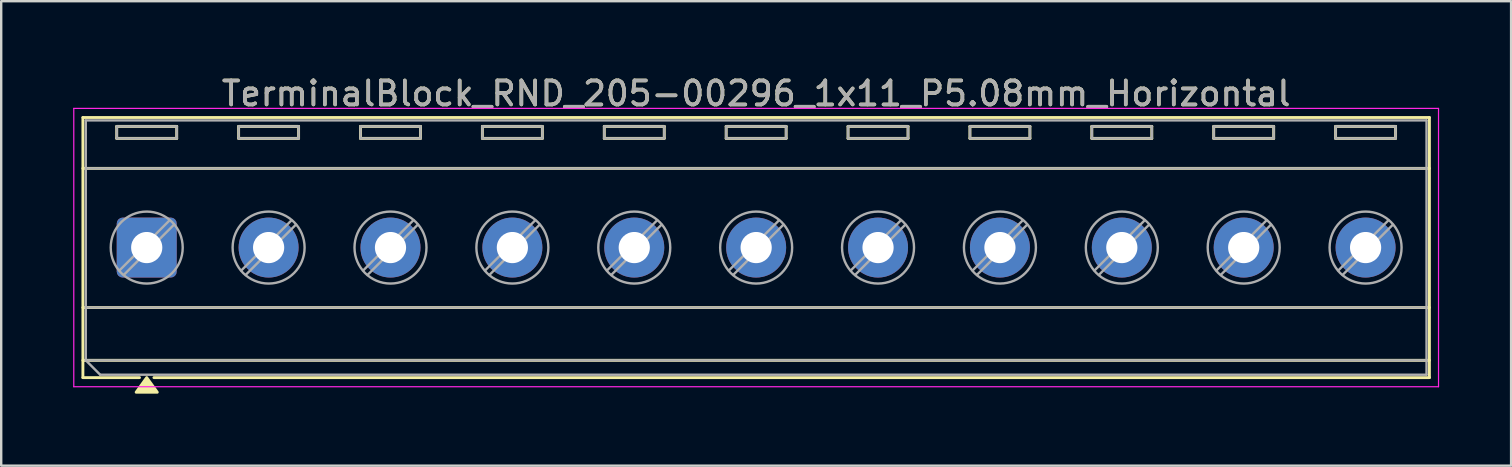
<source format=kicad_pcb>
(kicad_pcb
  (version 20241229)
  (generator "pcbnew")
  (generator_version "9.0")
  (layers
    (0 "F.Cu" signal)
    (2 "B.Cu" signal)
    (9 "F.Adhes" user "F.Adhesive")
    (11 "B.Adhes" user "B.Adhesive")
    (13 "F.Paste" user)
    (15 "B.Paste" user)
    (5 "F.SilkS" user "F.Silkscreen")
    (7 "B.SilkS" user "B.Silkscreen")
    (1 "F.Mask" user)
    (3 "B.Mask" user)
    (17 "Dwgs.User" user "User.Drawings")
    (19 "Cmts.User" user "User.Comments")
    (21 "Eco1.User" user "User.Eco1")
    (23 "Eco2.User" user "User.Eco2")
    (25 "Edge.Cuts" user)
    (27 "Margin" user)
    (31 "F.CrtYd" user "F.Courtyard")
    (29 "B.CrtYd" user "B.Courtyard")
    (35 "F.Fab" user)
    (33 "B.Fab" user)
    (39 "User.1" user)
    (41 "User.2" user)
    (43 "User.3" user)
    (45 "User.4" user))
  (footprint "TerminalBlock_RND_205-00296_1x11_P5.08mm_Horizontal"
    (layer "F.Cu")
    (at 3.065 7.268)
    (property "Reference" "TerminalBlock_RND_205-00296_1x11_P5.08mm_Horizontal" (at 25.4 -6.42 0) (layer "F.SilkS") (effects (font (size 1 1) (thickness 0.15))))
    (attr through_hole)
    (fp_line (start -2.66 -5.42) (end 53.46 -5.42) (stroke (width 0.12) (type solid)) (layer "F.SilkS"))
    (fp_line (start -2.66 -3.3) (end 53.46 -3.3) (stroke (width 0.12) (type solid)) (layer "F.SilkS"))
    (fp_line (start -2.66 2.5) (end 53.46 2.5) (stroke (width 0.12) (type solid)) (layer "F.SilkS"))
    (fp_line (start -2.66 4.7) (end 53.46 4.7) (stroke (width 0.12) (type solid)) (layer "F.SilkS"))
    (fp_line (start -2.66 5.42) (end -2.66 -5.42) (stroke (width 0.12) (type solid)) (layer "F.SilkS"))
    (fp_line (start -1.25 -5.05) (end 1.25 -5.05) (stroke (width 0.12) (type solid)) (layer "F.SilkS"))
    (fp_line (start -1.25 -4.55) (end -1.25 -5.05) (stroke (width 0.12) (type solid)) (layer "F.SilkS"))
    (fp_line (start -0.3 5.42) (end -2.66 5.42) (stroke (width 0.12) (type solid)) (layer "F.SilkS"))
    (fp_line (start 1.25 -5.05) (end 1.25 -4.55) (stroke (width 0.12) (type solid)) (layer "F.SilkS"))
    (fp_line (start 1.25 -4.55) (end -1.25 -4.55) (stroke (width 0.12) (type solid)) (layer "F.SilkS"))
    (fp_line (start 3.83 -5.05) (end 6.33 -5.05) (stroke (width 0.12) (type solid)) (layer "F.SilkS"))
    (fp_line (start 3.83 -4.55) (end 3.83 -5.05) (stroke (width 0.12) (type solid)) (layer "F.SilkS"))
    (fp_line (start 6.33 -5.05) (end 6.33 -4.55) (stroke (width 0.12) (type solid)) (layer "F.SilkS"))
    (fp_line (start 6.33 -4.55) (end 3.83 -4.55) (stroke (width 0.12) (type solid)) (layer "F.SilkS"))
    (fp_line (start 8.91 -5.05) (end 11.41 -5.05) (stroke (width 0.12) (type solid)) (layer "F.SilkS"))
    (fp_line (start 8.91 -4.55) (end 8.91 -5.05) (stroke (width 0.12) (type solid)) (layer "F.SilkS"))
    (fp_line (start 11.41 -5.05) (end 11.41 -4.55) (stroke (width 0.12) (type solid)) (layer "F.SilkS"))
    (fp_line (start 11.41 -4.55) (end 8.91 -4.55) (stroke (width 0.12) (type solid)) (layer "F.SilkS"))
    (fp_line (start 13.99 -5.05) (end 16.49 -5.05) (stroke (width 0.12) (type solid)) (layer "F.SilkS"))
    (fp_line (start 13.99 -4.55) (end 13.99 -5.05) (stroke (width 0.12) (type solid)) (layer "F.SilkS"))
    (fp_line (start 16.49 -5.05) (end 16.49 -4.55) (stroke (width 0.12) (type solid)) (layer "F.SilkS"))
    (fp_line (start 16.49 -4.55) (end 13.99 -4.55) (stroke (width 0.12) (type solid)) (layer "F.SilkS"))
    (fp_line (start 19.07 -5.05) (end 21.57 -5.05) (stroke (width 0.12) (type solid)) (layer "F.SilkS"))
    (fp_line (start 19.07 -4.55) (end 19.07 -5.05) (stroke (width 0.12) (type solid)) (layer "F.SilkS"))
    (fp_line (start 21.57 -5.05) (end 21.57 -4.55) (stroke (width 0.12) (type solid)) (layer "F.SilkS"))
    (fp_line (start 21.57 -4.55) (end 19.07 -4.55) (stroke (width 0.12) (type solid)) (layer "F.SilkS"))
    (fp_line (start 24.15 -5.05) (end 26.65 -5.05) (stroke (width 0.12) (type solid)) (layer "F.SilkS"))
    (fp_line (start 24.15 -4.55) (end 24.15 -5.05) (stroke (width 0.12) (type solid)) (layer "F.SilkS"))
    (fp_line (start 26.65 -5.05) (end 26.65 -4.55) (stroke (width 0.12) (type solid)) (layer "F.SilkS"))
    (fp_line (start 26.65 -4.55) (end 24.15 -4.55) (stroke (width 0.12) (type solid)) (layer "F.SilkS"))
    (fp_line (start 29.23 -5.05) (end 31.73 -5.05) (stroke (width 0.12) (type solid)) (layer "F.SilkS"))
    (fp_line (start 29.23 -4.55) (end 29.23 -5.05) (stroke (width 0.12) (type solid)) (layer "F.SilkS"))
    (fp_line (start 31.73 -5.05) (end 31.73 -4.55) (stroke (width 0.12) (type solid)) (layer "F.SilkS"))
    (fp_line (start 31.73 -4.55) (end 29.23 -4.55) (stroke (width 0.12) (type solid)) (layer "F.SilkS"))
    (fp_line (start 34.31 -5.05) (end 36.81 -5.05) (stroke (width 0.12) (type solid)) (layer "F.SilkS"))
    (fp_line (start 34.31 -4.55) (end 34.31 -5.05) (stroke (width 0.12) (type solid)) (layer "F.SilkS"))
    (fp_line (start 36.81 -5.05) (end 36.81 -4.55) (stroke (width 0.12) (type solid)) (layer "F.SilkS"))
    (fp_line (start 36.81 -4.55) (end 34.31 -4.55) (stroke (width 0.12) (type solid)) (layer "F.SilkS"))
    (fp_line (start 39.39 -5.05) (end 41.89 -5.05) (stroke (width 0.12) (type solid)) (layer "F.SilkS"))
    (fp_line (start 39.39 -4.55) (end 39.39 -5.05) (stroke (width 0.12) (type solid)) (layer "F.SilkS"))
    (fp_line (start 41.89 -5.05) (end 41.89 -4.55) (stroke (width 0.12) (type solid)) (layer "F.SilkS"))
    (fp_line (start 41.89 -4.55) (end 39.39 -4.55) (stroke (width 0.12) (type solid)) (layer "F.SilkS"))
    (fp_line (start 44.47 -5.05) (end 46.97 -5.05) (stroke (width 0.12) (type solid)) (layer "F.SilkS"))
    (fp_line (start 44.47 -4.55) (end 44.47 -5.05) (stroke (width 0.12) (type solid)) (layer "F.SilkS"))
    (fp_line (start 46.97 -5.05) (end 46.97 -4.55) (stroke (width 0.12) (type solid)) (layer "F.SilkS"))
    (fp_line (start 46.97 -4.55) (end 44.47 -4.55) (stroke (width 0.12) (type solid)) (layer "F.SilkS"))
    (fp_line (start 49.55 -5.05) (end 52.05 -5.05) (stroke (width 0.12) (type solid)) (layer "F.SilkS"))
    (fp_line (start 49.55 -4.55) (end 49.55 -5.05) (stroke (width 0.12) (type solid)) (layer "F.SilkS"))
    (fp_line (start 52.05 -5.05) (end 52.05 -4.55) (stroke (width 0.12) (type solid)) (layer "F.SilkS"))
    (fp_line (start 52.05 -4.55) (end 49.55 -4.55) (stroke (width 0.12) (type solid)) (layer "F.SilkS"))
    (fp_line (start 53.46 -5.42) (end 53.46 5.42) (stroke (width 0.12) (type solid)) (layer "F.SilkS"))
    (fp_line (start 53.46 5.42) (end 0.3 5.42) (stroke (width 0.12) (type solid)) (layer "F.SilkS"))
    (fp_poly (pts (xy 0 5.42) (xy 0.44 6.03) (xy -0.44 6.03)) (stroke (width 0.12) (type solid)) (fill yes) (layer "F.SilkS"))
    (fp_line (start -3.04 -5.8) (end -3.04 5.8) (stroke (width 0.05) (type solid)) (layer "F.CrtYd"))
    (fp_line (start -3.04 5.8) (end 53.84 5.8) (stroke (width 0.05) (type solid)) (layer "F.CrtYd"))
    (fp_line (start 53.84 -5.8) (end -3.04 -5.8) (stroke (width 0.05) (type solid)) (layer "F.CrtYd"))
    (fp_line (start 53.84 5.8) (end 53.84 -5.8) (stroke (width 0.05) (type solid)) (layer "F.CrtYd"))
    (fp_line (start -2.54 -5.3) (end 53.34 -5.3) (stroke (width 0.1) (type solid)) (layer "F.Fab"))
    (fp_line (start -2.54 -3.3) (end 53.34 -3.3) (stroke (width 0.1) (type solid)) (layer "F.Fab"))
    (fp_line (start -2.54 2.5) (end 53.34 2.5) (stroke (width 0.1) (type solid)) (layer "F.Fab"))
    (fp_line (start -2.54 4.7) (end -2.54 -5.3) (stroke (width 0.1) (type solid)) (layer "F.Fab"))
    (fp_line (start -2.54 4.7) (end 53.34 4.7) (stroke (width 0.1) (type solid)) (layer "F.Fab"))
    (fp_line (start -1.94 5.3) (end -2.54 4.7) (stroke (width 0.1) (type solid)) (layer "F.Fab"))
    (fp_line (start -1.25 -5.05) (end -1.25 -4.55) (stroke (width 0.1) (type solid)) (layer "F.Fab"))
    (fp_line (start -1.25 -4.55) (end 1.25 -4.55) (stroke (width 0.1) (type solid)) (layer "F.Fab"))
    (fp_line (start 0.955 -1.138) (end -1.138 0.955) (stroke (width 0.1) (type solid)) (layer "F.Fab"))
    (fp_line (start 1.138 -0.955) (end -0.955 1.138) (stroke (width 0.1) (type solid)) (layer "F.Fab"))
    (fp_line (start 1.25 -5.05) (end -1.25 -5.05) (stroke (width 0.1) (type solid)) (layer "F.Fab"))
    (fp_line (start 1.25 -4.55) (end 1.25 -5.05) (stroke (width 0.1) (type solid)) (layer "F.Fab"))
    (fp_line (start 3.83 -5.05) (end 3.83 -4.55) (stroke (width 0.1) (type solid)) (layer "F.Fab"))
    (fp_line (start 3.83 -4.55) (end 6.33 -4.55) (stroke (width 0.1) (type solid)) (layer "F.Fab"))
    (fp_line (start 6.035 -1.138) (end 3.942 0.955) (stroke (width 0.1) (type solid)) (layer "F.Fab"))
    (fp_line (start 6.218 -0.955) (end 4.125 1.138) (stroke (width 0.1) (type solid)) (layer "F.Fab"))
    (fp_line (start 6.33 -5.05) (end 3.83 -5.05) (stroke (width 0.1) (type solid)) (layer "F.Fab"))
    (fp_line (start 6.33 -4.55) (end 6.33 -5.05) (stroke (width 0.1) (type solid)) (layer "F.Fab"))
    (fp_line (start 8.91 -5.05) (end 8.91 -4.55) (stroke (width 0.1) (type solid)) (layer "F.Fab"))
    (fp_line (start 8.91 -4.55) (end 11.41 -4.55) (stroke (width 0.1) (type solid)) (layer "F.Fab"))
    (fp_line (start 11.115 -1.138) (end 9.022 0.955) (stroke (width 0.1) (type solid)) (layer "F.Fab"))
    (fp_line (start 11.298 -0.955) (end 9.205 1.138) (stroke (width 0.1) (type solid)) (layer "F.Fab"))
    (fp_line (start 11.41 -5.05) (end 8.91 -5.05) (stroke (width 0.1) (type solid)) (layer "F.Fab"))
    (fp_line (start 11.41 -4.55) (end 11.41 -5.05) (stroke (width 0.1) (type solid)) (layer "F.Fab"))
    (fp_line (start 13.99 -5.05) (end 13.99 -4.55) (stroke (width 0.1) (type solid)) (layer "F.Fab"))
    (fp_line (start 13.99 -4.55) (end 16.49 -4.55) (stroke (width 0.1) (type solid)) (layer "F.Fab"))
    (fp_line (start 16.195 -1.138) (end 14.102 0.955) (stroke (width 0.1) (type solid)) (layer "F.Fab"))
    (fp_line (start 16.378 -0.955) (end 14.285 1.138) (stroke (width 0.1) (type solid)) (layer "F.Fab"))
    (fp_line (start 16.49 -5.05) (end 13.99 -5.05) (stroke (width 0.1) (type solid)) (layer "F.Fab"))
    (fp_line (start 16.49 -4.55) (end 16.49 -5.05) (stroke (width 0.1) (type solid)) (layer "F.Fab"))
    (fp_line (start 19.07 -5.05) (end 19.07 -4.55) (stroke (width 0.1) (type solid)) (layer "F.Fab"))
    (fp_line (start 19.07 -4.55) (end 21.57 -4.55) (stroke (width 0.1) (type solid)) (layer "F.Fab"))
    (fp_line (start 21.275 -1.138) (end 19.182 0.955) (stroke (width 0.1) (type solid)) (layer "F.Fab"))
    (fp_line (start 21.458 -0.955) (end 19.365 1.138) (stroke (width 0.1) (type solid)) (layer "F.Fab"))
    (fp_line (start 21.57 -5.05) (end 19.07 -5.05) (stroke (width 0.1) (type solid)) (layer "F.Fab"))
    (fp_line (start 21.57 -4.55) (end 21.57 -5.05) (stroke (width 0.1) (type solid)) (layer "F.Fab"))
    (fp_line (start 24.15 -5.05) (end 24.15 -4.55) (stroke (width 0.1) (type solid)) (layer "F.Fab"))
    (fp_line (start 24.15 -4.55) (end 26.65 -4.55) (stroke (width 0.1) (type solid)) (layer "F.Fab"))
    (fp_line (start 26.355 -1.138) (end 24.262 0.955) (stroke (width 0.1) (type solid)) (layer "F.Fab"))
    (fp_line (start 26.538 -0.955) (end 24.445 1.138) (stroke (width 0.1) (type solid)) (layer "F.Fab"))
    (fp_line (start 26.65 -5.05) (end 24.15 -5.05) (stroke (width 0.1) (type solid)) (layer "F.Fab"))
    (fp_line (start 26.65 -4.55) (end 26.65 -5.05) (stroke (width 0.1) (type solid)) (layer "F.Fab"))
    (fp_line (start 29.23 -5.05) (end 29.23 -4.55) (stroke (width 0.1) (type solid)) (layer "F.Fab"))
    (fp_line (start 29.23 -4.55) (end 31.73 -4.55) (stroke (width 0.1) (type solid)) (layer "F.Fab"))
    (fp_line (start 31.435 -1.138) (end 29.342 0.955) (stroke (width 0.1) (type solid)) (layer "F.Fab"))
    (fp_line (start 31.618 -0.955) (end 29.525 1.138) (stroke (width 0.1) (type solid)) (layer "F.Fab"))
    (fp_line (start 31.73 -5.05) (end 29.23 -5.05) (stroke (width 0.1) (type solid)) (layer "F.Fab"))
    (fp_line (start 31.73 -4.55) (end 31.73 -5.05) (stroke (width 0.1) (type solid)) (layer "F.Fab"))
    (fp_line (start 34.31 -5.05) (end 34.31 -4.55) (stroke (width 0.1) (type solid)) (layer "F.Fab"))
    (fp_line (start 34.31 -4.55) (end 36.81 -4.55) (stroke (width 0.1) (type solid)) (layer "F.Fab"))
    (fp_line (start 36.515 -1.138) (end 34.422 0.955) (stroke (width 0.1) (type solid)) (layer "F.Fab"))
    (fp_line (start 36.698 -0.955) (end 34.605 1.138) (stroke (width 0.1) (type solid)) (layer "F.Fab"))
    (fp_line (start 36.81 -5.05) (end 34.31 -5.05) (stroke (width 0.1) (type solid)) (layer "F.Fab"))
    (fp_line (start 36.81 -4.55) (end 36.81 -5.05) (stroke (width 0.1) (type solid)) (layer "F.Fab"))
    (fp_line (start 39.39 -5.05) (end 39.39 -4.55) (stroke (width 0.1) (type solid)) (layer "F.Fab"))
    (fp_line (start 39.39 -4.55) (end 41.89 -4.55) (stroke (width 0.1) (type solid)) (layer "F.Fab"))
    (fp_line (start 41.595 -1.138) (end 39.502 0.955) (stroke (width 0.1) (type solid)) (layer "F.Fab"))
    (fp_line (start 41.778 -0.955) (end 39.685 1.138) (stroke (width 0.1) (type solid)) (layer "F.Fab"))
    (fp_line (start 41.89 -5.05) (end 39.39 -5.05) (stroke (width 0.1) (type solid)) (layer "F.Fab"))
    (fp_line (start 41.89 -4.55) (end 41.89 -5.05) (stroke (width 0.1) (type solid)) (layer "F.Fab"))
    (fp_line (start 44.47 -5.05) (end 44.47 -4.55) (stroke (width 0.1) (type solid)) (layer "F.Fab"))
    (fp_line (start 44.47 -4.55) (end 46.97 -4.55) (stroke (width 0.1) (type solid)) (layer "F.Fab"))
    (fp_line (start 46.675 -1.138) (end 44.582 0.955) (stroke (width 0.1) (type solid)) (layer "F.Fab"))
    (fp_line (start 46.858 -0.955) (end 44.765 1.138) (stroke (width 0.1) (type solid)) (layer "F.Fab"))
    (fp_line (start 46.97 -5.05) (end 44.47 -5.05) (stroke (width 0.1) (type solid)) (layer "F.Fab"))
    (fp_line (start 46.97 -4.55) (end 46.97 -5.05) (stroke (width 0.1) (type solid)) (layer "F.Fab"))
    (fp_line (start 49.55 -5.05) (end 49.55 -4.55) (stroke (width 0.1) (type solid)) (layer "F.Fab"))
    (fp_line (start 49.55 -4.55) (end 52.05 -4.55) (stroke (width 0.1) (type solid)) (layer "F.Fab"))
    (fp_line (start 51.755 -1.138) (end 49.662 0.955) (stroke (width 0.1) (type solid)) (layer "F.Fab"))
    (fp_line (start 51.938 -0.955) (end 49.845 1.138) (stroke (width 0.1) (type solid)) (layer "F.Fab"))
    (fp_line (start 52.05 -5.05) (end 49.55 -5.05) (stroke (width 0.1) (type solid)) (layer "F.Fab"))
    (fp_line (start 52.05 -4.55) (end 52.05 -5.05) (stroke (width 0.1) (type solid)) (layer "F.Fab"))
    (fp_line (start 53.34 -5.3) (end 53.34 5.3) (stroke (width 0.1) (type solid)) (layer "F.Fab"))
    (fp_line (start 53.34 5.3) (end -1.94 5.3) (stroke (width 0.1) (type solid)) (layer "F.Fab"))
    (fp_circle (center 0 0) (end 1.5 0) (stroke (width 0.1) (type solid)) (fill no) (layer "F.Fab"))
    (fp_circle (center 5.08 0) (end 6.58 0) (stroke (width 0.1) (type solid)) (fill no) (layer "F.Fab"))
    (fp_circle (center 10.16 0) (end 11.66 0) (stroke (width 0.1) (type solid)) (fill no) (layer "F.Fab"))
    (fp_circle (center 15.24 0) (end 16.74 0) (stroke (width 0.1) (type solid)) (fill no) (layer "F.Fab"))
    (fp_circle (center 20.32 0) (end 21.82 0) (stroke (width 0.1) (type solid)) (fill no) (layer "F.Fab"))
    (fp_circle (center 25.4 0) (end 26.9 0) (stroke (width 0.1) (type solid)) (fill no) (layer "F.Fab"))
    (fp_circle (center 30.48 0) (end 31.98 0) (stroke (width 0.1) (type solid)) (fill no) (layer "F.Fab"))
    (fp_circle (center 35.56 0) (end 37.06 0) (stroke (width 0.1) (type solid)) (fill no) (layer "F.Fab"))
    (fp_circle (center 40.64 0) (end 42.14 0) (stroke (width 0.1) (type solid)) (fill no) (layer "F.Fab"))
    (fp_circle (center 45.72 0) (end 47.22 0) (stroke (width 0.1) (type solid)) (fill no) (layer "F.Fab"))
    (fp_circle (center 50.8 0) (end 52.3 0) (stroke (width 0.1) (type solid)) (fill no) (layer "F.Fab"))
    (fp_text user "${REFERENCE}" (at 25.4 -6.42 0) (layer "F.Fab") (effects (font (size 1 1) (thickness 0.15))))
    (pad "1" thru_hole roundrect (at 0 0) (size 2.5 2.5) (drill 1.3) (layers "*.Cu" "*.Mask") (roundrect_rratio 0.1))
    (pad "2" thru_hole circle (at 5.08 0) (size 2.5 2.5) (drill 1.3) (layers "*.Cu" "*.Mask"))
    (pad "3" thru_hole circle (at 10.16 0) (size 2.5 2.5) (drill 1.3) (layers "*.Cu" "*.Mask"))
    (pad "4" thru_hole circle (at 15.24 0) (size 2.5 2.5) (drill 1.3) (layers "*.Cu" "*.Mask"))
    (pad "5" thru_hole circle (at 20.32 0) (size 2.5 2.5) (drill 1.3) (layers "*.Cu" "*.Mask"))
    (pad "6" thru_hole circle (at 25.4 0) (size 2.5 2.5) (drill 1.3) (layers "*.Cu" "*.Mask"))
    (pad "7" thru_hole circle (at 30.48 0) (size 2.5 2.5) (drill 1.3) (layers "*.Cu" "*.Mask"))
    (pad "8" thru_hole circle (at 35.56 0) (size 2.5 2.5) (drill 1.3) (layers "*.Cu" "*.Mask"))
    (pad "9" thru_hole circle (at 40.64 0) (size 2.5 2.5) (drill 1.3) (layers "*.Cu" "*.Mask"))
    (pad "10" thru_hole circle (at 45.72 0) (size 2.5 2.5) (drill 1.3) (layers "*.Cu" "*.Mask"))
    (pad "11" thru_hole circle (at 50.8 0) (size 2.5 2.5) (drill 1.3) (layers "*.Cu" "*.Mask")))
  (gr_rect
    (start -3 -3)
    (end 59.93 16.358)
    (stroke (width 0.1) (type default))
    (fill no)
    (layer "Edge.Cuts")))
</source>
